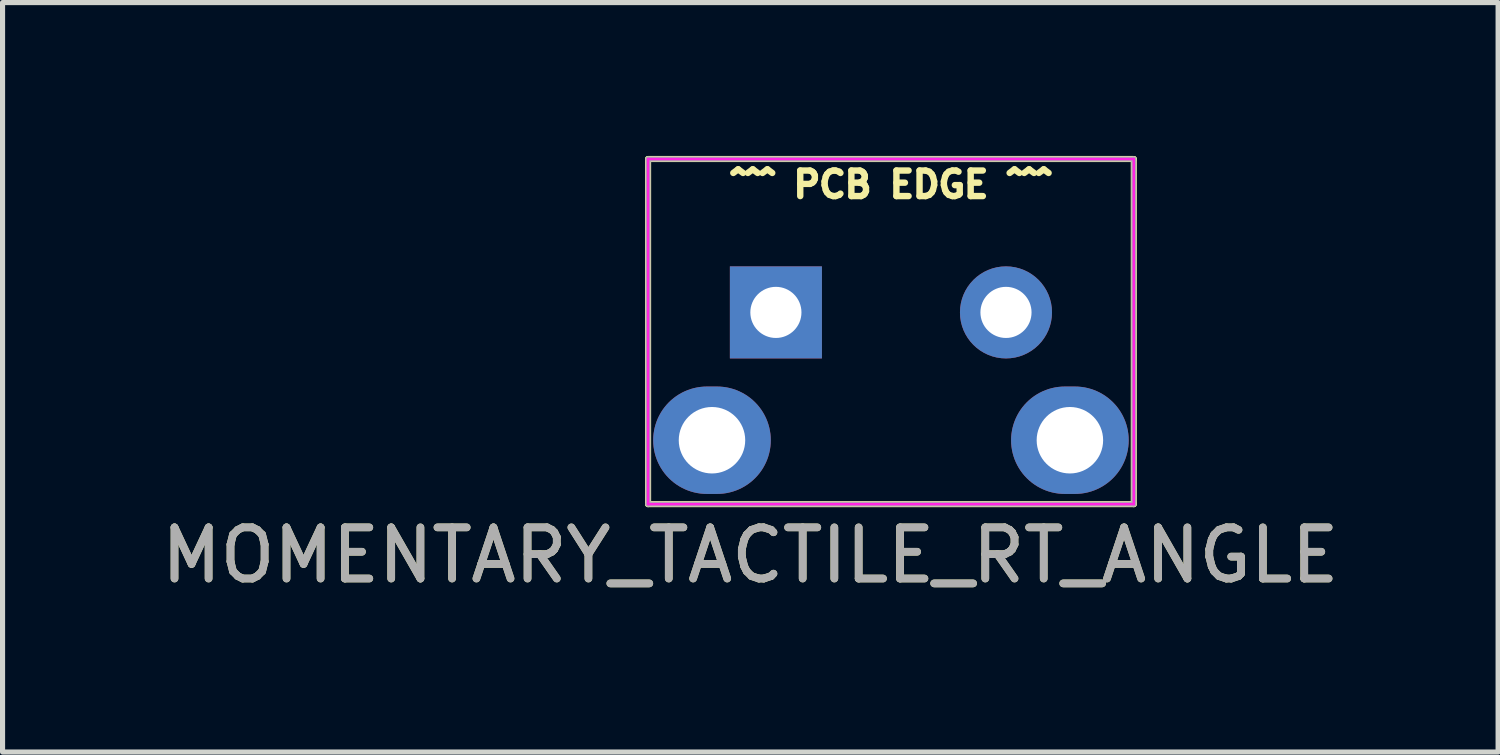
<source format=kicad_pcb>
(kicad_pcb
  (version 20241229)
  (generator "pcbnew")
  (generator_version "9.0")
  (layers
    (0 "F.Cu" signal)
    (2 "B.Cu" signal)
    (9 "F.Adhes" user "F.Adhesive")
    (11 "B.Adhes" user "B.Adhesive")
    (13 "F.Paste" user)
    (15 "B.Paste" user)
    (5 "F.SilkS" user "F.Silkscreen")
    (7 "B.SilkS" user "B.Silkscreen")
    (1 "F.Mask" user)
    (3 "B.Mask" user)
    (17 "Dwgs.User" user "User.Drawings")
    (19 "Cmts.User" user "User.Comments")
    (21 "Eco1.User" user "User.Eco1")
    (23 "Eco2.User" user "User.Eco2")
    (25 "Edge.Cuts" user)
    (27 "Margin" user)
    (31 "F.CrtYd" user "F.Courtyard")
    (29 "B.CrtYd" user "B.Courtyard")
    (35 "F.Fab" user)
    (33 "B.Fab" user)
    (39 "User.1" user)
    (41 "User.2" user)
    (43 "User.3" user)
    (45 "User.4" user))
  (footprint "MOMENTARY_TACTILE_RT_ANGLE"
    (layer "F.Cu")
    (at 14.375 3.06)
    (property "Reference" "MOMENTARY_TACTILE_RT_ANGLE" (at -2.75 4.75 0) (layer "F.SilkS") (effects (font (size 1 1) (thickness 0.15))))
    (attr through_hole)
    (fp_line (start -4.75 -3) (end 4.75 -3) (stroke (width 0.12) (type solid)) (layer "F.SilkS"))
    (fp_line (start -4.75 3.75) (end -4.75 -3) (stroke (width 0.12) (type solid)) (layer "F.SilkS"))
    (fp_line (start -4.75 3.75) (end 4.75 3.75) (stroke (width 0.12) (type solid)) (layer "F.SilkS"))
    (fp_line (start 4.75 -3) (end 4.75 3.75) (stroke (width 0.12) (type solid)) (layer "F.SilkS"))
    (fp_line (start -4.75 3.75) (end -4.75 -3) (stroke (width 0.05) (type solid)) (layer "F.CrtYd"))
    (fp_line (start -4.75 3.75) (end 4.75 3.75) (stroke (width 0.05) (type solid)) (layer "F.CrtYd"))
    (fp_line (start 4.75 -3) (end -4.75 -3) (stroke (width 0.05) (type solid)) (layer "F.CrtYd"))
    (fp_line (start 4.75 -3) (end 4.75 3.75) (stroke (width 0.05) (type solid)) (layer "F.CrtYd"))
    (fp_line (start -4.75 -3) (end 4.75 -3) (stroke (width 0.1) (type solid)) (layer "F.Fab"))
    (fp_line (start -4.75 3.75) (end -4.75 -3) (stroke (width 0.1) (type solid)) (layer "F.Fab"))
    (fp_line (start -4.75 3.75) (end 4.75 3.75) (stroke (width 0.1) (type solid)) (layer "F.Fab"))
    (fp_line (start 4.75 3.75) (end 4.75 -3) (stroke (width 0.1) (type solid)) (layer "F.Fab"))
    (fp_text user "^^^ PCB EDGE ^^^" (at 0 -2.5 0) (layer "F.SilkS") (effects (font (size 0.5 0.5) (thickness 0.125))))
    (fp_text user "${REFERENCE}" (at -2.75 4.75 0) (layer "F.Fab") (effects (font (size 1 1) (thickness 0.15))))
    (pad "" thru_hole oval (at -3.5 2.5) (size 2.3 2.1) (drill 1.3) (layers "*.Cu" "*.Mask"))
    (pad "" thru_hole oval (at 3.5 2.5) (size 2.3 2.1) (drill 1.3) (layers "*.Cu" "*.Mask"))
    (pad "1" thru_hole rect (at -2.25 0) (size 1.8 1.8) (drill 1) (layers "*.Cu" "*.Mask"))
    (pad "2" thru_hole circle (at 2.25 0) (size 1.8 1.8) (drill 1) (layers "*.Cu" "*.Mask")))
  (gr_rect
    (start -3 -3)
    (end 26.25 11.658)
    (stroke (width 0.1) (type default))
    (fill no)
    (layer "Edge.Cuts")))
</source>
